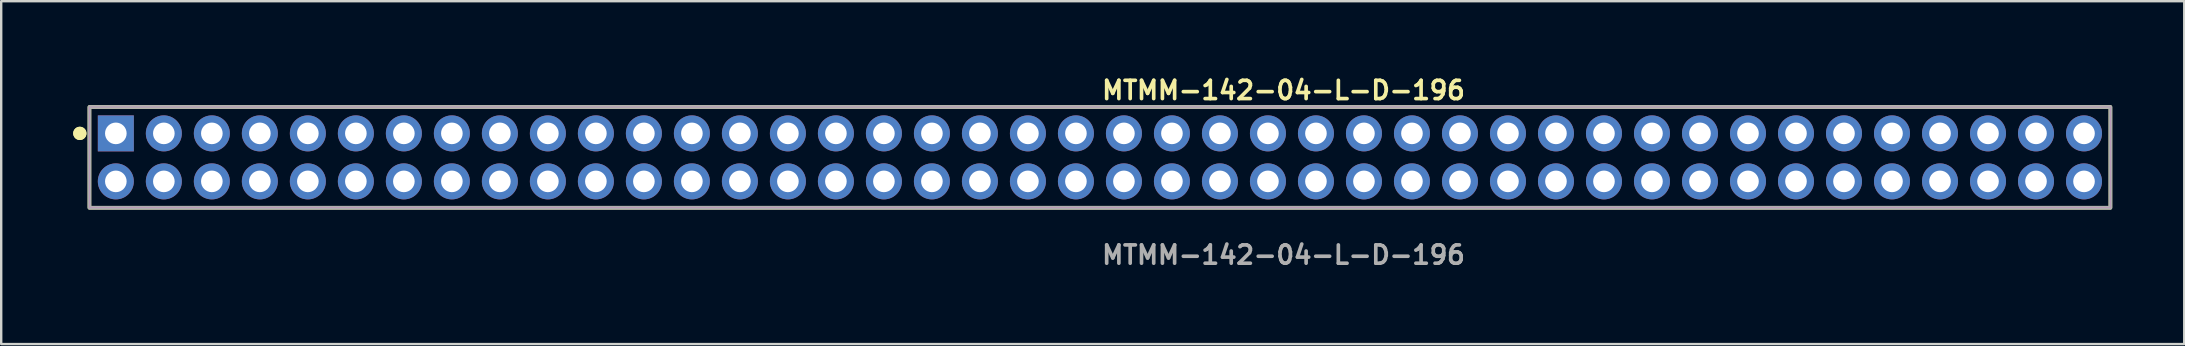
<source format=kicad_pcb>
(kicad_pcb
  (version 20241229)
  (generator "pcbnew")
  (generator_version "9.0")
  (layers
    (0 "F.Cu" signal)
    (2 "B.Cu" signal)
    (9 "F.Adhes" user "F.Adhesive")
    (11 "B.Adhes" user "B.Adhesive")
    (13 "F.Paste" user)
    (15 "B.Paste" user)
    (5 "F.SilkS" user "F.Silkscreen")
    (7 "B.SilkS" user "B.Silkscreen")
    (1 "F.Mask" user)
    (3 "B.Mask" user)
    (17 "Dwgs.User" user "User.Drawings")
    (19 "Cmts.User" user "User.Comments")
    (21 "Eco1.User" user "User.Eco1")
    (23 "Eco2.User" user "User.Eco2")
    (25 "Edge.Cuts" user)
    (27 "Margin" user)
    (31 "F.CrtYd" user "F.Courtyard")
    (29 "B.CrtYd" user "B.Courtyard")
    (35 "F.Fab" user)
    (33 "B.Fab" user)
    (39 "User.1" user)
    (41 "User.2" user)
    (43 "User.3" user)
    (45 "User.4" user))
  (footprint "MTMM-142-04-L-D-196"
    (layer "F.Cu")
    (at 42.776 3.507)
    (property "Reference" "MTMM-142-04-L-D-196" (at 0 -2.794 0) (unlocked yes) (layer "F.SilkS") (effects (font (size 0.762 0.762) (thickness 0.152)) (justify left)))
    (fp_rect (start -42.1 2.1) (end 42.1 -2.1) (stroke (width 0.152) (type solid)) (fill no) (layer "F.SilkS"))
    (fp_circle (center -42.5 -1) (end -42.7 -1) (stroke (width 0.152) (type solid)) (fill yes) (layer "F.SilkS"))
    (fp_circle (center -42.5 -1) (end -42.7 -1) (stroke (width 0.152) (type solid)) (fill yes) (layer "F.SilkS"))
    (fp_rect (start -42.1 2.1) (end 42.1 -2.1) (stroke (width 0.006) (type solid)) (fill no) (layer "F.CrtYd"))
    (fp_rect (start -42.1 2.1) (end 42.1 -2.1) (stroke (width 0.152) (type solid)) (fill no) (layer "F.Fab"))
    (fp_text user "${REFERENCE}" (at 0 4.064 0) (unlocked yes) (layer "F.Fab") (effects (font (size 0.762 0.762) (thickness 0.152)) (justify left)))
    (pad "1" thru_hole rect (at -41 -1) (size 1.5 1.5) (drill 0.9) (layers "*.Cu" "*.Mask"))
    (pad "2" thru_hole circle (at -41 1) (size 1.5 1.5) (drill 0.9) (layers "*.Cu" "*.Mask"))
    (pad "3" thru_hole circle (at -39 -1) (size 1.5 1.5) (drill 0.9) (layers "*.Cu" "*.Mask"))
    (pad "4" thru_hole circle (at -39 1) (size 1.5 1.5) (drill 0.9) (layers "*.Cu" "*.Mask"))
    (pad "5" thru_hole circle (at -37 -1) (size 1.5 1.5) (drill 0.9) (layers "*.Cu" "*.Mask"))
    (pad "6" thru_hole circle (at -37 1) (size 1.5 1.5) (drill 0.9) (layers "*.Cu" "*.Mask"))
    (pad "7" thru_hole circle (at -35 -1) (size 1.5 1.5) (drill 0.9) (layers "*.Cu" "*.Mask"))
    (pad "8" thru_hole circle (at -35 1) (size 1.5 1.5) (drill 0.9) (layers "*.Cu" "*.Mask"))
    (pad "9" thru_hole circle (at -33 -1) (size 1.5 1.5) (drill 0.9) (layers "*.Cu" "*.Mask"))
    (pad "10" thru_hole circle (at -33 1) (size 1.5 1.5) (drill 0.9) (layers "*.Cu" "*.Mask"))
    (pad "11" thru_hole circle (at -31 -1) (size 1.5 1.5) (drill 0.9) (layers "*.Cu" "*.Mask"))
    (pad "12" thru_hole circle (at -31 1) (size 1.5 1.5) (drill 0.9) (layers "*.Cu" "*.Mask"))
    (pad "13" thru_hole circle (at -29 -1) (size 1.5 1.5) (drill 0.9) (layers "*.Cu" "*.Mask"))
    (pad "14" thru_hole circle (at -29 1) (size 1.5 1.5) (drill 0.9) (layers "*.Cu" "*.Mask"))
    (pad "15" thru_hole circle (at -27 -1) (size 1.5 1.5) (drill 0.9) (layers "*.Cu" "*.Mask"))
    (pad "16" thru_hole circle (at -27 1) (size 1.5 1.5) (drill 0.9) (layers "*.Cu" "*.Mask"))
    (pad "17" thru_hole circle (at -25 -1) (size 1.5 1.5) (drill 0.9) (layers "*.Cu" "*.Mask"))
    (pad "18" thru_hole circle (at -25 1) (size 1.5 1.5) (drill 0.9) (layers "*.Cu" "*.Mask"))
    (pad "19" thru_hole circle (at -23 -1) (size 1.5 1.5) (drill 0.9) (layers "*.Cu" "*.Mask"))
    (pad "20" thru_hole circle (at -23 1) (size 1.5 1.5) (drill 0.9) (layers "*.Cu" "*.Mask"))
    (pad "21" thru_hole circle (at -21 -1) (size 1.5 1.5) (drill 0.9) (layers "*.Cu" "*.Mask"))
    (pad "22" thru_hole circle (at -21 1) (size 1.5 1.5) (drill 0.9) (layers "*.Cu" "*.Mask"))
    (pad "23" thru_hole circle (at -19 -1) (size 1.5 1.5) (drill 0.9) (layers "*.Cu" "*.Mask"))
    (pad "24" thru_hole circle (at -19 1) (size 1.5 1.5) (drill 0.9) (layers "*.Cu" "*.Mask"))
    (pad "25" thru_hole circle (at -17 -1) (size 1.5 1.5) (drill 0.9) (layers "*.Cu" "*.Mask"))
    (pad "26" thru_hole circle (at -17 1) (size 1.5 1.5) (drill 0.9) (layers "*.Cu" "*.Mask"))
    (pad "27" thru_hole circle (at -15 -1) (size 1.5 1.5) (drill 0.9) (layers "*.Cu" "*.Mask"))
    (pad "28" thru_hole circle (at -15 1) (size 1.5 1.5) (drill 0.9) (layers "*.Cu" "*.Mask"))
    (pad "29" thru_hole circle (at -13 -1) (size 1.5 1.5) (drill 0.9) (layers "*.Cu" "*.Mask"))
    (pad "30" thru_hole circle (at -13 1) (size 1.5 1.5) (drill 0.9) (layers "*.Cu" "*.Mask"))
    (pad "31" thru_hole circle (at -11 -1) (size 1.5 1.5) (drill 0.9) (layers "*.Cu" "*.Mask"))
    (pad "32" thru_hole circle (at -11 1) (size 1.5 1.5) (drill 0.9) (layers "*.Cu" "*.Mask"))
    (pad "33" thru_hole circle (at -9 -1) (size 1.5 1.5) (drill 0.9) (layers "*.Cu" "*.Mask"))
    (pad "34" thru_hole circle (at -9 1) (size 1.5 1.5) (drill 0.9) (layers "*.Cu" "*.Mask"))
    (pad "35" thru_hole circle (at -7 -1) (size 1.5 1.5) (drill 0.9) (layers "*.Cu" "*.Mask"))
    (pad "36" thru_hole circle (at -7 1) (size 1.5 1.5) (drill 0.9) (layers "*.Cu" "*.Mask"))
    (pad "37" thru_hole circle (at -5 -1) (size 1.5 1.5) (drill 0.9) (layers "*.Cu" "*.Mask"))
    (pad "38" thru_hole circle (at -5 1) (size 1.5 1.5) (drill 0.9) (layers "*.Cu" "*.Mask"))
    (pad "39" thru_hole circle (at -3 -1) (size 1.5 1.5) (drill 0.9) (layers "*.Cu" "*.Mask"))
    (pad "40" thru_hole circle (at -3 1) (size 1.5 1.5) (drill 0.9) (layers "*.Cu" "*.Mask"))
    (pad "41" thru_hole circle (at -1 -1) (size 1.5 1.5) (drill 0.9) (layers "*.Cu" "*.Mask"))
    (pad "42" thru_hole circle (at -1 1) (size 1.5 1.5) (drill 0.9) (layers "*.Cu" "*.Mask"))
    (pad "43" thru_hole circle (at 1 -1) (size 1.5 1.5) (drill 0.9) (layers "*.Cu" "*.Mask"))
    (pad "44" thru_hole circle (at 1 1) (size 1.5 1.5) (drill 0.9) (layers "*.Cu" "*.Mask"))
    (pad "45" thru_hole circle (at 3 -1) (size 1.5 1.5) (drill 0.9) (layers "*.Cu" "*.Mask"))
    (pad "46" thru_hole circle (at 3 1) (size 1.5 1.5) (drill 0.9) (layers "*.Cu" "*.Mask"))
    (pad "47" thru_hole circle (at 5 -1) (size 1.5 1.5) (drill 0.9) (layers "*.Cu" "*.Mask"))
    (pad "48" thru_hole circle (at 5 1) (size 1.5 1.5) (drill 0.9) (layers "*.Cu" "*.Mask"))
    (pad "49" thru_hole circle (at 7 -1) (size 1.5 1.5) (drill 0.9) (layers "*.Cu" "*.Mask"))
    (pad "50" thru_hole circle (at 7 1) (size 1.5 1.5) (drill 0.9) (layers "*.Cu" "*.Mask"))
    (pad "51" thru_hole circle (at 9 -1) (size 1.5 1.5) (drill 0.9) (layers "*.Cu" "*.Mask"))
    (pad "52" thru_hole circle (at 9 1) (size 1.5 1.5) (drill 0.9) (layers "*.Cu" "*.Mask"))
    (pad "53" thru_hole circle (at 11 -1) (size 1.5 1.5) (drill 0.9) (layers "*.Cu" "*.Mask"))
    (pad "54" thru_hole circle (at 11 1) (size 1.5 1.5) (drill 0.9) (layers "*.Cu" "*.Mask"))
    (pad "55" thru_hole circle (at 13 -1) (size 1.5 1.5) (drill 0.9) (layers "*.Cu" "*.Mask"))
    (pad "56" thru_hole circle (at 13 1) (size 1.5 1.5) (drill 0.9) (layers "*.Cu" "*.Mask"))
    (pad "57" thru_hole circle (at 15 -1) (size 1.5 1.5) (drill 0.9) (layers "*.Cu" "*.Mask"))
    (pad "58" thru_hole circle (at 15 1) (size 1.5 1.5) (drill 0.9) (layers "*.Cu" "*.Mask"))
    (pad "59" thru_hole circle (at 17 -1) (size 1.5 1.5) (drill 0.9) (layers "*.Cu" "*.Mask"))
    (pad "60" thru_hole circle (at 17 1) (size 1.5 1.5) (drill 0.9) (layers "*.Cu" "*.Mask"))
    (pad "61" thru_hole circle (at 19 -1) (size 1.5 1.5) (drill 0.9) (layers "*.Cu" "*.Mask"))
    (pad "62" thru_hole circle (at 19 1) (size 1.5 1.5) (drill 0.9) (layers "*.Cu" "*.Mask"))
    (pad "63" thru_hole circle (at 21 -1) (size 1.5 1.5) (drill 0.9) (layers "*.Cu" "*.Mask"))
    (pad "64" thru_hole circle (at 21 1) (size 1.5 1.5) (drill 0.9) (layers "*.Cu" "*.Mask"))
    (pad "65" thru_hole circle (at 23 -1) (size 1.5 1.5) (drill 0.9) (layers "*.Cu" "*.Mask"))
    (pad "66" thru_hole circle (at 23 1) (size 1.5 1.5) (drill 0.9) (layers "*.Cu" "*.Mask"))
    (pad "67" thru_hole circle (at 25 -1) (size 1.5 1.5) (drill 0.9) (layers "*.Cu" "*.Mask"))
    (pad "68" thru_hole circle (at 25 1) (size 1.5 1.5) (drill 0.9) (layers "*.Cu" "*.Mask"))
    (pad "69" thru_hole circle (at 27 -1) (size 1.5 1.5) (drill 0.9) (layers "*.Cu" "*.Mask"))
    (pad "70" thru_hole circle (at 27 1) (size 1.5 1.5) (drill 0.9) (layers "*.Cu" "*.Mask"))
    (pad "71" thru_hole circle (at 29 -1) (size 1.5 1.5) (drill 0.9) (layers "*.Cu" "*.Mask"))
    (pad "72" thru_hole circle (at 29 1) (size 1.5 1.5) (drill 0.9) (layers "*.Cu" "*.Mask"))
    (pad "73" thru_hole circle (at 31 -1) (size 1.5 1.5) (drill 0.9) (layers "*.Cu" "*.Mask"))
    (pad "74" thru_hole circle (at 31 1) (size 1.5 1.5) (drill 0.9) (layers "*.Cu" "*.Mask"))
    (pad "75" thru_hole circle (at 33 -1) (size 1.5 1.5) (drill 0.9) (layers "*.Cu" "*.Mask"))
    (pad "76" thru_hole circle (at 33 1) (size 1.5 1.5) (drill 0.9) (layers "*.Cu" "*.Mask"))
    (pad "77" thru_hole circle (at 35 -1) (size 1.5 1.5) (drill 0.9) (layers "*.Cu" "*.Mask"))
    (pad "78" thru_hole circle (at 35 1) (size 1.5 1.5) (drill 0.9) (layers "*.Cu" "*.Mask"))
    (pad "79" thru_hole circle (at 37 -1) (size 1.5 1.5) (drill 0.9) (layers "*.Cu" "*.Mask"))
    (pad "80" thru_hole circle (at 37 1) (size 1.5 1.5) (drill 0.9) (layers "*.Cu" "*.Mask"))
    (pad "81" thru_hole circle (at 39 -1) (size 1.5 1.5) (drill 0.9) (layers "*.Cu" "*.Mask"))
    (pad "82" thru_hole circle (at 39 1) (size 1.5 1.5) (drill 0.9) (layers "*.Cu" "*.Mask"))
    (pad "83" thru_hole circle (at 41 -1) (size 1.5 1.5) (drill 0.9) (layers "*.Cu" "*.Mask"))
    (pad "84" thru_hole circle (at 41 1) (size 1.5 1.5) (drill 0.9) (layers "*.Cu" "*.Mask")))
  (gr_rect
    (start -3 -3)
    (end 87.952 11.284)
    (stroke (width 0.1) (type default))
    (fill no)
    (layer "Edge.Cuts")))
</source>
